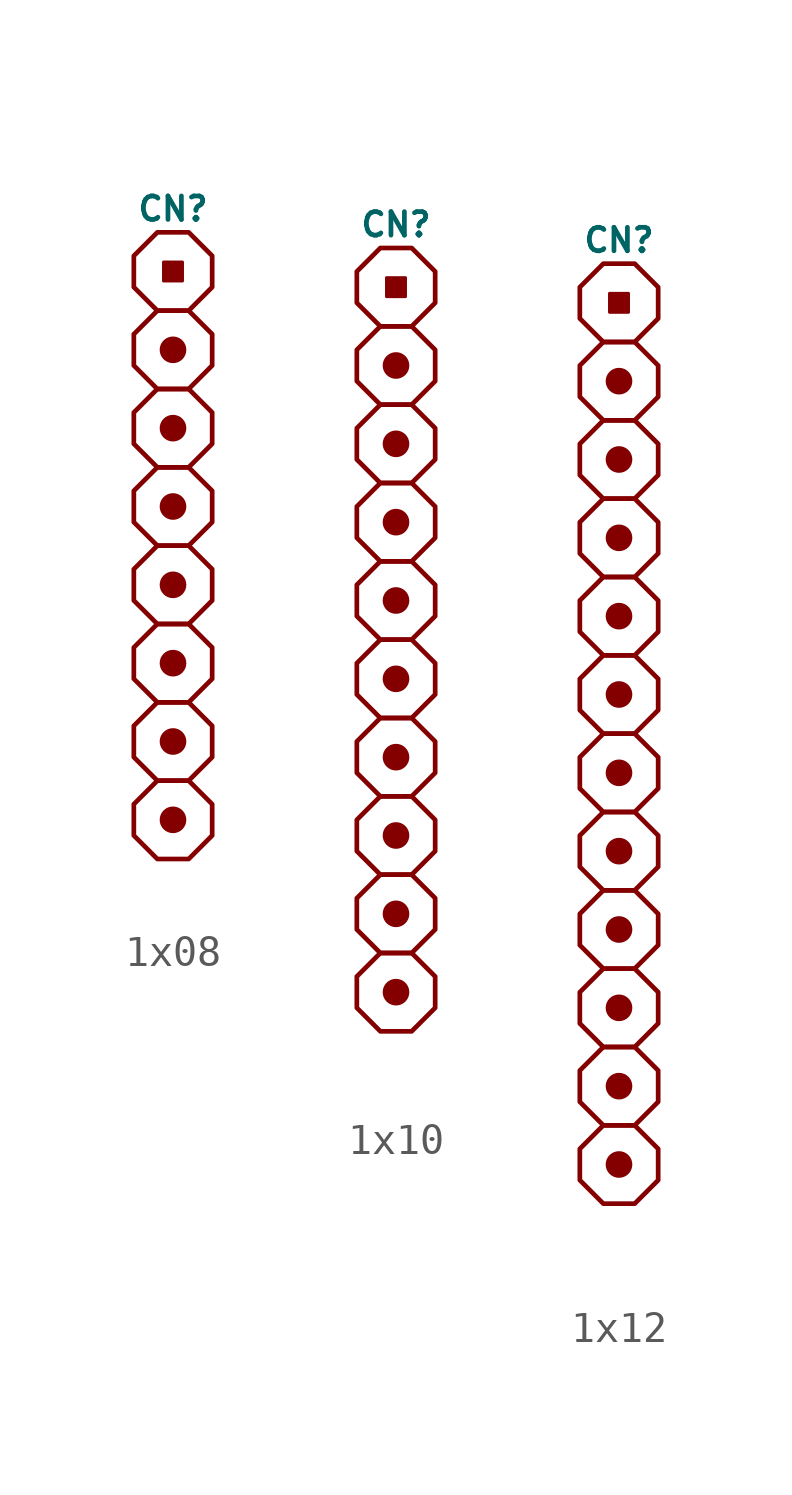
<source format=kicad_sym>
(kicad_symbol_lib
  (version 20220914)
  (generator kicad_symbol_editor)
  (symbol "1x08"
    (pin_numbers hide)
    (pin_names
      (offset 0) hide)
    (property "Reference" "CN"
      (at 0 10.922 0)
      (effects (font (size 0.762 0.762))))
    (symbol "1x08_0_1"
      (rectangle (start -0.305 9.195) (end 0.305 8.585) (stroke (width 0.102) (type solid)) (fill (type outline)))
      (circle (center 0 -8.89) (radius 0.356) (stroke (width 0) (type solid)) (fill (type outline)))
      (circle (center 0 -6.35) (radius 0.356) (stroke (width 0) (type solid)) (fill (type outline)))
      (circle (center 0 -3.81) (radius 0.356) (stroke (width 0) (type solid)) (fill (type outline)))
      (circle (center 0 -1.27) (radius 0.356) (stroke (width 0) (type solid)) (fill (type outline)))
      (polyline (pts (xy 0 -10.16) (xy -0.508 -10.16) (xy -1.27 -9.398) (xy -1.27 -8.382) (xy -0.508 -7.62) (xy 0.508 -7.62) (xy 1.27 -8.382) (xy 1.27 -9.398) (xy 0.508 -10.16) (xy 0 -10.16)) (stroke (width 0) (type solid)) (fill (type none)))
      (polyline (pts (xy 0 -7.62) (xy -0.508 -7.62) (xy -1.27 -6.858) (xy -1.27 -5.842) (xy -0.508 -5.08) (xy 0.508 -5.08) (xy 1.27 -5.842) (xy 1.27 -6.858) (xy 0.508 -7.62) (xy 0 -7.62)) (stroke (width 0) (type solid)) (fill (type none)))
      (polyline (pts (xy 0 -5.08) (xy -0.508 -5.08) (xy -1.27 -4.318) (xy -1.27 -3.302) (xy -0.508 -2.54) (xy 0.508 -2.54) (xy 1.27 -3.302) (xy 1.27 -4.318) (xy 0.508 -5.08) (xy 0 -5.08)) (stroke (width 0) (type solid)) (fill (type none)))
      (polyline (pts (xy 0 -2.54) (xy -0.508 -2.54) (xy -1.27 -1.778) (xy -1.27 -0.762) (xy -0.508 0) (xy 0.508 0) (xy 1.27 -0.762) (xy 1.27 -1.778) (xy 0.508 -2.54) (xy 0 -2.54)) (stroke (width 0) (type solid)) (fill (type none)))
      (polyline (pts (xy 0 0) (xy -0.508 0) (xy -1.27 0.762) (xy -1.27 1.778) (xy -0.508 2.54) (xy 0.508 2.54) (xy 1.27 1.778) (xy 1.27 0.762) (xy 0.508 0) (xy 0 0)) (stroke (width 0) (type solid)) (fill (type none)))
      (polyline (pts (xy 0 2.54) (xy -0.508 2.54) (xy -1.27 3.302) (xy -1.27 4.318) (xy -0.508 5.08) (xy 0.508 5.08) (xy 1.27 4.318) (xy 1.27 3.302) (xy 0.508 2.54) (xy 0 2.54)) (stroke (width 0) (type solid)) (fill (type none)))
      (polyline (pts (xy 0 5.08) (xy -0.508 5.08) (xy -1.27 5.842) (xy -1.27 6.858) (xy -0.508 7.62) (xy 0.508 7.62) (xy 1.27 6.858) (xy 1.27 5.842) (xy 0.508 5.08) (xy 0 5.08)) (stroke (width 0) (type solid)) (fill (type none)))
      (polyline (pts (xy 0 7.62) (xy -0.508 7.62) (xy -1.27 8.382) (xy -1.27 9.398) (xy -0.508 10.16) (xy 0.508 10.16) (xy 1.27 9.398) (xy 1.27 8.382) (xy 0.508 7.62) (xy 0 7.62)) (stroke (width 0) (type solid)) (fill (type none)))
      (circle (center 0 1.27) (radius 0.356) (stroke (width 0) (type solid)) (fill (type outline)))
      (circle (center 0 3.81) (radius 0.356) (stroke (width 0) (type solid)) (fill (type outline)))
      (circle (center 0 6.35) (radius 0.356) (stroke (width 0) (type solid)) (fill (type outline))))
    (symbol "1x08_1_1"
      (pin passive line (at 0 8.89 0) (length 0) (name "1" (effects (font (size 0.889 0.889)))) (number "1" (effects (font (size 0.889 0.889)))))
      (pin passive line (at 0 6.35 0) (length 0) (name "2" (effects (font (size 0.889 0.889)))) (number "2" (effects (font (size 0.889 0.889)))))
      (pin passive line (at 0 3.81 0) (length 0) (name "3" (effects (font (size 0.889 0.889)))) (number "3" (effects (font (size 0.889 0.889)))))
      (pin passive line (at 0 1.27 0) (length 0) (name "4" (effects (font (size 0.889 0.889)))) (number "4" (effects (font (size 0.889 0.889)))))
      (pin passive line (at 0 -1.27 0) (length 0) (name "5" (effects (font (size 0.889 0.889)))) (number "5" (effects (font (size 0.889 0.889)))))
      (pin passive line (at 0 -3.81 0) (length 0) (name "6" (effects (font (size 0.889 0.889)))) (number "6" (effects (font (size 0.889 0.889)))))
      (pin passive line (at 0 -6.35 0) (length 0) (name "7" (effects (font (size 0.889 0.889)))) (number "7" (effects (font (size 0.889 0.889)))))
      (pin passive line (at 0 -8.89 0) (length 0) (name "8" (effects (font (size 0.889 0.889)))) (number "8" (effects (font (size 0.889 0.889)))))))
  (symbol "1x10"
    (pin_numbers hide)
    (pin_names
      (offset 0) hide)
    (property "Reference" "CN"
      (at 0 13.462 0)
      (effects (font (size 0.762 0.762))))
    (symbol "1x10_0_1"
      (rectangle (start -0.305 11.735) (end 0.305 11.125) (stroke (width 0.102) (type solid)) (fill (type outline)))
      (circle (center 0 -11.43) (radius 0.356) (stroke (width 0) (type solid)) (fill (type outline)))
      (circle (center 0 -8.89) (radius 0.356) (stroke (width 0) (type solid)) (fill (type outline)))
      (circle (center 0 -6.35) (radius 0.356) (stroke (width 0) (type solid)) (fill (type outline)))
      (circle (center 0 -3.81) (radius 0.356) (stroke (width 0) (type solid)) (fill (type outline)))
      (circle (center 0 -1.27) (radius 0.356) (stroke (width 0) (type solid)) (fill (type outline)))
      (polyline (pts (xy 0 -12.7) (xy -0.508 -12.7) (xy -1.27 -11.938) (xy -1.27 -10.922) (xy -0.508 -10.16) (xy 0.508 -10.16) (xy 1.27 -10.922) (xy 1.27 -11.938) (xy 0.508 -12.7) (xy 0 -12.7)) (stroke (width 0) (type solid)) (fill (type none)))
      (polyline (pts (xy 0 -10.16) (xy -0.508 -10.16) (xy -1.27 -9.398) (xy -1.27 -8.382) (xy -0.508 -7.62) (xy 0.508 -7.62) (xy 1.27 -8.382) (xy 1.27 -9.398) (xy 0.508 -10.16) (xy 0 -10.16)) (stroke (width 0) (type solid)) (fill (type none)))
      (polyline (pts (xy 0 -7.62) (xy -0.508 -7.62) (xy -1.27 -6.858) (xy -1.27 -5.842) (xy -0.508 -5.08) (xy 0.508 -5.08) (xy 1.27 -5.842) (xy 1.27 -6.858) (xy 0.508 -7.62) (xy 0 -7.62)) (stroke (width 0) (type solid)) (fill (type none)))
      (polyline (pts (xy 0 -5.08) (xy -0.508 -5.08) (xy -1.27 -4.318) (xy -1.27 -3.302) (xy -0.508 -2.54) (xy 0.508 -2.54) (xy 1.27 -3.302) (xy 1.27 -4.318) (xy 0.508 -5.08) (xy 0 -5.08)) (stroke (width 0) (type solid)) (fill (type none)))
      (polyline (pts (xy 0 -2.54) (xy -0.508 -2.54) (xy -1.27 -1.778) (xy -1.27 -0.762) (xy -0.508 0) (xy 0.508 0) (xy 1.27 -0.762) (xy 1.27 -1.778) (xy 0.508 -2.54) (xy 0 -2.54)) (stroke (width 0) (type solid)) (fill (type none)))
      (polyline (pts (xy 0 0) (xy -0.508 0) (xy -1.27 0.762) (xy -1.27 1.778) (xy -0.508 2.54) (xy 0.508 2.54) (xy 1.27 1.778) (xy 1.27 0.762) (xy 0.508 0) (xy 0 0)) (stroke (width 0) (type solid)) (fill (type none)))
      (polyline (pts (xy 0 2.54) (xy -0.508 2.54) (xy -1.27 3.302) (xy -1.27 4.318) (xy -0.508 5.08) (xy 0.508 5.08) (xy 1.27 4.318) (xy 1.27 3.302) (xy 0.508 2.54) (xy 0 2.54)) (stroke (width 0) (type solid)) (fill (type none)))
      (polyline (pts (xy 0 5.08) (xy -0.508 5.08) (xy -1.27 5.842) (xy -1.27 6.858) (xy -0.508 7.62) (xy 0.508 7.62) (xy 1.27 6.858) (xy 1.27 5.842) (xy 0.508 5.08) (xy 0 5.08)) (stroke (width 0) (type solid)) (fill (type none)))
      (polyline (pts (xy 0 7.62) (xy -0.508 7.62) (xy -1.27 8.382) (xy -1.27 9.398) (xy -0.508 10.16) (xy 0.508 10.16) (xy 1.27 9.398) (xy 1.27 8.382) (xy 0.508 7.62) (xy 0 7.62)) (stroke (width 0) (type solid)) (fill (type none)))
      (polyline (pts (xy 0 10.16) (xy -0.508 10.16) (xy -1.27 10.922) (xy -1.27 11.938) (xy -0.508 12.7) (xy 0.508 12.7) (xy 1.27 11.938) (xy 1.27 10.922) (xy 0.508 10.16) (xy 0 10.16)) (stroke (width 0) (type solid)) (fill (type none)))
      (circle (center 0 1.27) (radius 0.356) (stroke (width 0) (type solid)) (fill (type outline)))
      (circle (center 0 3.81) (radius 0.356) (stroke (width 0) (type solid)) (fill (type outline)))
      (circle (center 0 6.35) (radius 0.356) (stroke (width 0) (type solid)) (fill (type outline)))
      (circle (center 0 8.89) (radius 0.356) (stroke (width 0) (type solid)) (fill (type outline))))
    (symbol "1x10_1_1"
      (pin passive line (at 0 11.43 0) (length 0) (name "1" (effects (font (size 0.889 0.889)))) (number "1" (effects (font (size 0.889 0.889)))))
      (pin passive line (at 0 -11.43 0) (length 0) (name "10" (effects (font (size 0.889 0.889)))) (number "10" (effects (font (size 0.889 0.889)))))
      (pin passive line (at 0 8.89 0) (length 0) (name "2" (effects (font (size 0.889 0.889)))) (number "2" (effects (font (size 0.889 0.889)))))
      (pin passive line (at 0 6.35 0) (length 0) (name "3" (effects (font (size 0.889 0.889)))) (number "3" (effects (font (size 0.889 0.889)))))
      (pin passive line (at 0 3.81 0) (length 0) (name "4" (effects (font (size 0.889 0.889)))) (number "4" (effects (font (size 0.889 0.889)))))
      (pin passive line (at 0 1.27 0) (length 0) (name "5" (effects (font (size 0.889 0.889)))) (number "5" (effects (font (size 0.889 0.889)))))
      (pin passive line (at 0 -1.27 0) (length 0) (name "6" (effects (font (size 0.889 0.889)))) (number "6" (effects (font (size 0.889 0.889)))))
      (pin passive line (at 0 -3.81 0) (length 0) (name "7" (effects (font (size 0.889 0.889)))) (number "7" (effects (font (size 0.889 0.889)))))
      (pin passive line (at 0 -6.35 0) (length 0) (name "8" (effects (font (size 0.889 0.889)))) (number "8" (effects (font (size 0.889 0.889)))))
      (pin passive line (at 0 -8.89 0) (length 0) (name "9" (effects (font (size 0.889 0.889)))) (number "9" (effects (font (size 0.889 0.889)))))))
  (symbol "1x12"
    (pin_numbers hide)
    (pin_names
      (offset 0) hide)
    (property "Reference" "CN"
      (at 0 16.002 0)
      (effects (font (size 0.762 0.762))))
    (symbol "1x12_0_1"
      (rectangle (start -0.305 14.275) (end 0.305 13.665) (stroke (width 0.102) (type solid)) (fill (type outline)))
      (circle (center 0 -13.97) (radius 0.356) (stroke (width 0) (type solid)) (fill (type outline)))
      (circle (center 0 -11.43) (radius 0.356) (stroke (width 0) (type solid)) (fill (type outline)))
      (circle (center 0 -8.89) (radius 0.356) (stroke (width 0) (type solid)) (fill (type outline)))
      (circle (center 0 -6.35) (radius 0.356) (stroke (width 0) (type solid)) (fill (type outline)))
      (circle (center 0 -3.81) (radius 0.356) (stroke (width 0) (type solid)) (fill (type outline)))
      (circle (center 0 -1.27) (radius 0.356) (stroke (width 0) (type solid)) (fill (type outline)))
      (polyline (pts (xy 0 -15.24) (xy -0.508 -15.24) (xy -1.27 -14.478) (xy -1.27 -13.462) (xy -0.508 -12.7) (xy 0.508 -12.7) (xy 1.27 -13.462) (xy 1.27 -14.478) (xy 0.508 -15.24) (xy 0 -15.24)) (stroke (width 0) (type solid)) (fill (type none)))
      (polyline (pts (xy 0 -12.7) (xy -0.508 -12.7) (xy -1.27 -11.938) (xy -1.27 -10.922) (xy -0.508 -10.16) (xy 0.508 -10.16) (xy 1.27 -10.922) (xy 1.27 -11.938) (xy 0.508 -12.7) (xy 0 -12.7)) (stroke (width 0) (type solid)) (fill (type none)))
      (polyline (pts (xy 0 -10.16) (xy -0.508 -10.16) (xy -1.27 -9.398) (xy -1.27 -8.382) (xy -0.508 -7.62) (xy 0.508 -7.62) (xy 1.27 -8.382) (xy 1.27 -9.398) (xy 0.508 -10.16) (xy 0 -10.16)) (stroke (width 0) (type solid)) (fill (type none)))
      (polyline (pts (xy 0 -7.62) (xy -0.508 -7.62) (xy -1.27 -6.858) (xy -1.27 -5.842) (xy -0.508 -5.08) (xy 0.508 -5.08) (xy 1.27 -5.842) (xy 1.27 -6.858) (xy 0.508 -7.62) (xy 0 -7.62)) (stroke (width 0) (type solid)) (fill (type none)))
      (polyline (pts (xy 0 -5.08) (xy -0.508 -5.08) (xy -1.27 -4.318) (xy -1.27 -3.302) (xy -0.508 -2.54) (xy 0.508 -2.54) (xy 1.27 -3.302) (xy 1.27 -4.318) (xy 0.508 -5.08) (xy 0 -5.08)) (stroke (width 0) (type solid)) (fill (type none)))
      (polyline (pts (xy 0 -2.54) (xy -0.508 -2.54) (xy -1.27 -1.778) (xy -1.27 -0.762) (xy -0.508 0) (xy 0.508 0) (xy 1.27 -0.762) (xy 1.27 -1.778) (xy 0.508 -2.54) (xy 0 -2.54)) (stroke (width 0) (type solid)) (fill (type none)))
      (polyline (pts (xy 0 0) (xy -0.508 0) (xy -1.27 0.762) (xy -1.27 1.778) (xy -0.508 2.54) (xy 0.508 2.54) (xy 1.27 1.778) (xy 1.27 0.762) (xy 0.508 0) (xy 0 0)) (stroke (width 0) (type solid)) (fill (type none)))
      (polyline (pts (xy 0 2.54) (xy -0.508 2.54) (xy -1.27 3.302) (xy -1.27 4.318) (xy -0.508 5.08) (xy 0.508 5.08) (xy 1.27 4.318) (xy 1.27 3.302) (xy 0.508 2.54) (xy 0 2.54)) (stroke (width 0) (type solid)) (fill (type none)))
      (polyline (pts (xy 0 5.08) (xy -0.508 5.08) (xy -1.27 5.842) (xy -1.27 6.858) (xy -0.508 7.62) (xy 0.508 7.62) (xy 1.27 6.858) (xy 1.27 5.842) (xy 0.508 5.08) (xy 0 5.08)) (stroke (width 0) (type solid)) (fill (type none)))
      (polyline (pts (xy 0 7.62) (xy -0.508 7.62) (xy -1.27 8.382) (xy -1.27 9.398) (xy -0.508 10.16) (xy 0.508 10.16) (xy 1.27 9.398) (xy 1.27 8.382) (xy 0.508 7.62) (xy 0 7.62)) (stroke (width 0) (type solid)) (fill (type none)))
      (polyline (pts (xy 0 10.16) (xy -0.508 10.16) (xy -1.27 10.922) (xy -1.27 11.938) (xy -0.508 12.7) (xy 0.508 12.7) (xy 1.27 11.938) (xy 1.27 10.922) (xy 0.508 10.16) (xy 0 10.16)) (stroke (width 0) (type solid)) (fill (type none)))
      (polyline (pts (xy 0 12.7) (xy -0.508 12.7) (xy -1.27 13.462) (xy -1.27 14.478) (xy -0.508 15.24) (xy 0.508 15.24) (xy 1.27 14.478) (xy 1.27 13.462) (xy 0.508 12.7) (xy 0 12.7)) (stroke (width 0) (type solid)) (fill (type none)))
      (circle (center 0 1.27) (radius 0.356) (stroke (width 0) (type solid)) (fill (type outline)))
      (circle (center 0 3.81) (radius 0.356) (stroke (width 0) (type solid)) (fill (type outline)))
      (circle (center 0 6.35) (radius 0.356) (stroke (width 0) (type solid)) (fill (type outline)))
      (circle (center 0 8.89) (radius 0.356) (stroke (width 0) (type solid)) (fill (type outline)))
      (circle (center 0 11.43) (radius 0.356) (stroke (width 0) (type solid)) (fill (type outline))))
    (symbol "1x12_1_1"
      (pin passive line (at 0 13.97 0) (length 0) (name "1" (effects (font (size 0.889 0.889)))) (number "1" (effects (font (size 0.889 0.889)))))
      (pin passive line (at 0 -8.89 0) (length 0) (name "10" (effects (font (size 0.889 0.889)))) (number "10" (effects (font (size 0.889 0.889)))))
      (pin passive line (at 0 -11.43 0) (length 0) (name "11" (effects (font (size 0.889 0.889)))) (number "11" (effects (font (size 0.889 0.889)))))
      (pin passive line (at 0 -13.97 0) (length 0) (name "12" (effects (font (size 0.889 0.889)))) (number "12" (effects (font (size 0.889 0.889)))))
      (pin passive line (at 0 11.43 0) (length 0) (name "2" (effects (font (size 0.889 0.889)))) (number "2" (effects (font (size 0.889 0.889)))))
      (pin passive line (at 0 8.89 0) (length 0) (name "3" (effects (font (size 0.889 0.889)))) (number "3" (effects (font (size 0.889 0.889)))))
      (pin passive line (at 0 6.35 0) (length 0) (name "4" (effects (font (size 0.889 0.889)))) (number "4" (effects (font (size 0.889 0.889)))))
      (pin passive line (at 0 3.81 0) (length 0) (name "5" (effects (font (size 0.889 0.889)))) (number "5" (effects (font (size 0.889 0.889)))))
      (pin passive line (at 0 1.27 0) (length 0) (name "6" (effects (font (size 0.889 0.889)))) (number "6" (effects (font (size 0.889 0.889)))))
      (pin passive line (at 0 -1.27 0) (length 0) (name "7" (effects (font (size 0.889 0.889)))) (number "7" (effects (font (size 0.889 0.889)))))
      (pin passive line (at 0 -3.81 0) (length 0) (name "8" (effects (font (size 0.889 0.889)))) (number "8" (effects (font (size 0.889 0.889)))))
      (pin passive line (at 0 -6.35 0) (length 0) (name "9" (effects (font (size 0.889 0.889)))) (number "9" (effects (font (size 0.889 0.889))))))))
</source>
